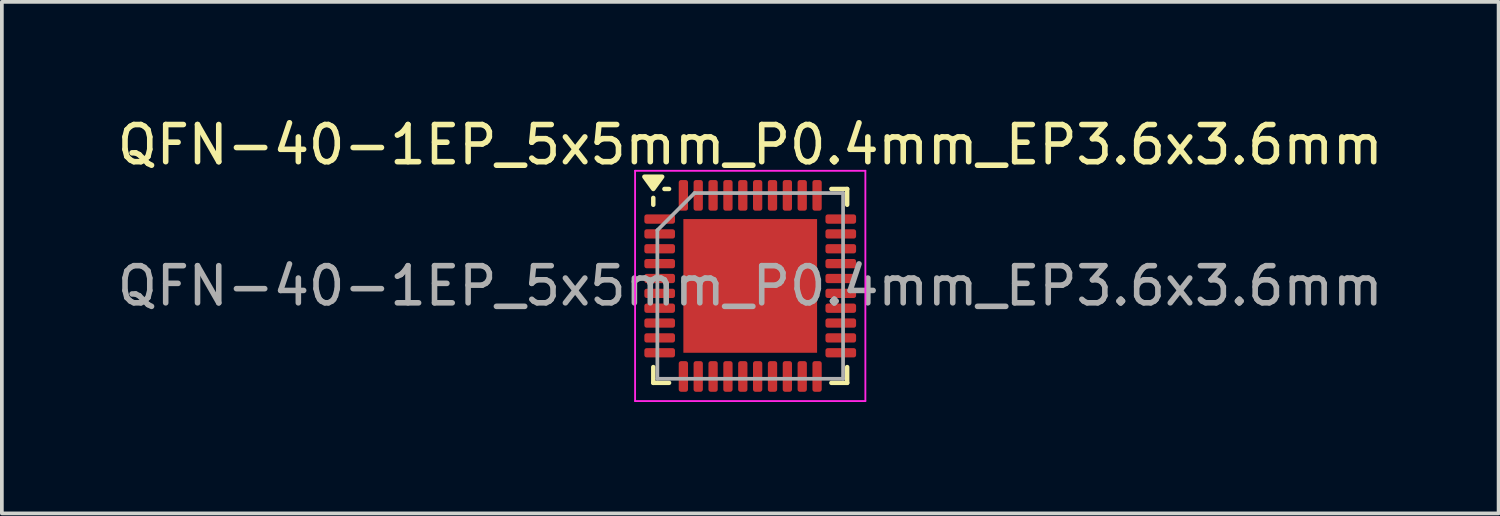
<source format=kicad_pcb>
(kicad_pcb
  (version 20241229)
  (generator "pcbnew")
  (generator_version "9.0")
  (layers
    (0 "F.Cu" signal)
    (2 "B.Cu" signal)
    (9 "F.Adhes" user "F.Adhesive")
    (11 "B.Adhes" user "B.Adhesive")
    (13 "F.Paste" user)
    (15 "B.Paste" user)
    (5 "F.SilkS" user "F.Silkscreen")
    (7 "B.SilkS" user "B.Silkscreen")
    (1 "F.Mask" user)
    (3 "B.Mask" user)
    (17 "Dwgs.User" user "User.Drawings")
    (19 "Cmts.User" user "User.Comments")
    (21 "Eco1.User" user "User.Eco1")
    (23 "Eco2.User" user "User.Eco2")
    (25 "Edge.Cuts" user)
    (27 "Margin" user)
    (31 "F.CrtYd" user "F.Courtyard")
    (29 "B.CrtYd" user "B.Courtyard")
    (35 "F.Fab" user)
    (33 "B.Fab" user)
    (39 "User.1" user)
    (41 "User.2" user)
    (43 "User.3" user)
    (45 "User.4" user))
  (footprint "QFN-40-1EP_5x5mm_P0.4mm_EP3.6x3.6mm"
    (layer "F.Cu")
    (at 17.149 4.648)
    (property "Reference" "QFN-40-1EP_5x5mm_P0.4mm_EP3.6x3.6mm" (at 0 -3.8 0) (layer "F.SilkS") (effects (font (size 1 1) (thickness 0.15))))
    (attr smd)
    (fp_line (start -2.61 -2.185) (end -2.61 -2.37) (stroke (width 0.12) (type solid)) (layer "F.SilkS"))
    (fp_line (start -2.61 2.61) (end -2.61 2.185) (stroke (width 0.12) (type solid)) (layer "F.SilkS"))
    (fp_line (start -2.185 -2.61) (end -2.31 -2.61) (stroke (width 0.12) (type solid)) (layer "F.SilkS"))
    (fp_line (start -2.185 2.61) (end -2.61 2.61) (stroke (width 0.12) (type solid)) (layer "F.SilkS"))
    (fp_line (start 2.185 -2.61) (end 2.61 -2.61) (stroke (width 0.12) (type solid)) (layer "F.SilkS"))
    (fp_line (start 2.185 2.61) (end 2.61 2.61) (stroke (width 0.12) (type solid)) (layer "F.SilkS"))
    (fp_line (start 2.61 -2.61) (end 2.61 -2.185) (stroke (width 0.12) (type solid)) (layer "F.SilkS"))
    (fp_line (start 2.61 2.61) (end 2.61 2.185) (stroke (width 0.12) (type solid)) (layer "F.SilkS"))
    (fp_poly (pts (xy -2.61 -2.61) (xy -2.85 -2.94) (xy -2.37 -2.94) (xy -2.61 -2.61)) (stroke (width 0.12) (type solid)) (fill yes) (layer "F.SilkS"))
    (fp_line (start -3.1 -3.1) (end -3.1 3.1) (stroke (width 0.05) (type solid)) (layer "F.CrtYd"))
    (fp_line (start -3.1 3.1) (end 3.1 3.1) (stroke (width 0.05) (type solid)) (layer "F.CrtYd"))
    (fp_line (start 3.1 -3.1) (end -3.1 -3.1) (stroke (width 0.05) (type solid)) (layer "F.CrtYd"))
    (fp_line (start 3.1 3.1) (end 3.1 -3.1) (stroke (width 0.05) (type solid)) (layer "F.CrtYd"))
    (fp_line (start -2.5 -1.5) (end -1.5 -2.5) (stroke (width 0.1) (type solid)) (layer "F.Fab"))
    (fp_line (start -2.5 2.5) (end -2.5 -1.5) (stroke (width 0.1) (type solid)) (layer "F.Fab"))
    (fp_line (start -1.5 -2.5) (end 2.5 -2.5) (stroke (width 0.1) (type solid)) (layer "F.Fab"))
    (fp_line (start 2.5 -2.5) (end 2.5 2.5) (stroke (width 0.1) (type solid)) (layer "F.Fab"))
    (fp_line (start 2.5 2.5) (end -2.5 2.5) (stroke (width 0.1) (type solid)) (layer "F.Fab"))
    (fp_text user "${REFERENCE}" (at 0 0 0) (layer "F.Fab") (effects (font (size 1 1) (thickness 0.15))))
    (pad "" smd roundrect (at -1.2 -1.2) (size 0.97 0.97) (layers "F.Paste") (roundrect_rratio 0.25))
    (pad "" smd roundrect (at -1.2 0) (size 0.97 0.97) (layers "F.Paste") (roundrect_rratio 0.25))
    (pad "" smd roundrect (at -1.2 1.2) (size 0.97 0.97) (layers "F.Paste") (roundrect_rratio 0.25))
    (pad "" smd roundrect (at 0 -1.2) (size 0.97 0.97) (layers "F.Paste") (roundrect_rratio 0.25))
    (pad "" smd roundrect (at 0 0) (size 0.97 0.97) (layers "F.Paste") (roundrect_rratio 0.25))
    (pad "" smd roundrect (at 0 1.2) (size 0.97 0.97) (layers "F.Paste") (roundrect_rratio 0.25))
    (pad "" smd roundrect (at 1.2 -1.2) (size 0.97 0.97) (layers "F.Paste") (roundrect_rratio 0.25))
    (pad "" smd roundrect (at 1.2 0) (size 0.97 0.97) (layers "F.Paste") (roundrect_rratio 0.25))
    (pad "" smd roundrect (at 1.2 1.2) (size 0.97 0.97) (layers "F.Paste") (roundrect_rratio 0.25))
    (pad "1" smd roundrect (at -2.438 -1.8) (size 0.825 0.25) (layers "F.Cu" "F.Mask" "F.Paste") (roundrect_rratio 0.25))
    (pad "2" smd roundrect (at -2.438 -1.4) (size 0.825 0.25) (layers "F.Cu" "F.Mask" "F.Paste") (roundrect_rratio 0.25))
    (pad "3" smd roundrect (at -2.438 -1) (size 0.825 0.25) (layers "F.Cu" "F.Mask" "F.Paste") (roundrect_rratio 0.25))
    (pad "4" smd roundrect (at -2.438 -0.6) (size 0.825 0.25) (layers "F.Cu" "F.Mask" "F.Paste") (roundrect_rratio 0.25))
    (pad "5" smd roundrect (at -2.438 -0.2) (size 0.825 0.25) (layers "F.Cu" "F.Mask" "F.Paste") (roundrect_rratio 0.25))
    (pad "6" smd roundrect (at -2.438 0.2) (size 0.825 0.25) (layers "F.Cu" "F.Mask" "F.Paste") (roundrect_rratio 0.25))
    (pad "7" smd roundrect (at -2.438 0.6) (size 0.825 0.25) (layers "F.Cu" "F.Mask" "F.Paste") (roundrect_rratio 0.25))
    (pad "8" smd roundrect (at -2.438 1) (size 0.825 0.25) (layers "F.Cu" "F.Mask" "F.Paste") (roundrect_rratio 0.25))
    (pad "9" smd roundrect (at -2.438 1.4) (size 0.825 0.25) (layers "F.Cu" "F.Mask" "F.Paste") (roundrect_rratio 0.25))
    (pad "10" smd roundrect (at -2.438 1.8) (size 0.825 0.25) (layers "F.Cu" "F.Mask" "F.Paste") (roundrect_rratio 0.25))
    (pad "11" smd roundrect (at -1.8 2.438) (size 0.25 0.825) (layers "F.Cu" "F.Mask" "F.Paste") (roundrect_rratio 0.25))
    (pad "12" smd roundrect (at -1.4 2.438) (size 0.25 0.825) (layers "F.Cu" "F.Mask" "F.Paste") (roundrect_rratio 0.25))
    (pad "13" smd roundrect (at -1 2.438) (size 0.25 0.825) (layers "F.Cu" "F.Mask" "F.Paste") (roundrect_rratio 0.25))
    (pad "14" smd roundrect (at -0.6 2.438) (size 0.25 0.825) (layers "F.Cu" "F.Mask" "F.Paste") (roundrect_rratio 0.25))
    (pad "15" smd roundrect (at -0.2 2.438) (size 0.25 0.825) (layers "F.Cu" "F.Mask" "F.Paste") (roundrect_rratio 0.25))
    (pad "16" smd roundrect (at 0.2 2.438) (size 0.25 0.825) (layers "F.Cu" "F.Mask" "F.Paste") (roundrect_rratio 0.25))
    (pad "17" smd roundrect (at 0.6 2.438) (size 0.25 0.825) (layers "F.Cu" "F.Mask" "F.Paste") (roundrect_rratio 0.25))
    (pad "18" smd roundrect (at 1 2.438) (size 0.25 0.825) (layers "F.Cu" "F.Mask" "F.Paste") (roundrect_rratio 0.25))
    (pad "19" smd roundrect (at 1.4 2.438) (size 0.25 0.825) (layers "F.Cu" "F.Mask" "F.Paste") (roundrect_rratio 0.25))
    (pad "20" smd roundrect (at 1.8 2.438) (size 0.25 0.825) (layers "F.Cu" "F.Mask" "F.Paste") (roundrect_rratio 0.25))
    (pad "21" smd roundrect (at 2.438 1.8) (size 0.825 0.25) (layers "F.Cu" "F.Mask" "F.Paste") (roundrect_rratio 0.25))
    (pad "22" smd roundrect (at 2.438 1.4) (size 0.825 0.25) (layers "F.Cu" "F.Mask" "F.Paste") (roundrect_rratio 0.25))
    (pad "23" smd roundrect (at 2.438 1) (size 0.825 0.25) (layers "F.Cu" "F.Mask" "F.Paste") (roundrect_rratio 0.25))
    (pad "24" smd roundrect (at 2.438 0.6) (size 0.825 0.25) (layers "F.Cu" "F.Mask" "F.Paste") (roundrect_rratio 0.25))
    (pad "25" smd roundrect (at 2.438 0.2) (size 0.825 0.25) (layers "F.Cu" "F.Mask" "F.Paste") (roundrect_rratio 0.25))
    (pad "26" smd roundrect (at 2.438 -0.2) (size 0.825 0.25) (layers "F.Cu" "F.Mask" "F.Paste") (roundrect_rratio 0.25))
    (pad "27" smd roundrect (at 2.438 -0.6) (size 0.825 0.25) (layers "F.Cu" "F.Mask" "F.Paste") (roundrect_rratio 0.25))
    (pad "28" smd roundrect (at 2.438 -1) (size 0.825 0.25) (layers "F.Cu" "F.Mask" "F.Paste") (roundrect_rratio 0.25))
    (pad "29" smd roundrect (at 2.438 -1.4) (size 0.825 0.25) (layers "F.Cu" "F.Mask" "F.Paste") (roundrect_rratio 0.25))
    (pad "30" smd roundrect (at 2.438 -1.8) (size 0.825 0.25) (layers "F.Cu" "F.Mask" "F.Paste") (roundrect_rratio 0.25))
    (pad "31" smd roundrect (at 1.8 -2.438) (size 0.25 0.825) (layers "F.Cu" "F.Mask" "F.Paste") (roundrect_rratio 0.25))
    (pad "32" smd roundrect (at 1.4 -2.438) (size 0.25 0.825) (layers "F.Cu" "F.Mask" "F.Paste") (roundrect_rratio 0.25))
    (pad "33" smd roundrect (at 1 -2.438) (size 0.25 0.825) (layers "F.Cu" "F.Mask" "F.Paste") (roundrect_rratio 0.25))
    (pad "34" smd roundrect (at 0.6 -2.438) (size 0.25 0.825) (layers "F.Cu" "F.Mask" "F.Paste") (roundrect_rratio 0.25))
    (pad "35" smd roundrect (at 0.2 -2.438) (size 0.25 0.825) (layers "F.Cu" "F.Mask" "F.Paste") (roundrect_rratio 0.25))
    (pad "36" smd roundrect (at -0.2 -2.438) (size 0.25 0.825) (layers "F.Cu" "F.Mask" "F.Paste") (roundrect_rratio 0.25))
    (pad "37" smd roundrect (at -0.6 -2.438) (size 0.25 0.825) (layers "F.Cu" "F.Mask" "F.Paste") (roundrect_rratio 0.25))
    (pad "38" smd roundrect (at -1 -2.438) (size 0.25 0.825) (layers "F.Cu" "F.Mask" "F.Paste") (roundrect_rratio 0.25))
    (pad "39" smd roundrect (at -1.4 -2.438) (size 0.25 0.825) (layers "F.Cu" "F.Mask" "F.Paste") (roundrect_rratio 0.25))
    (pad "40" smd roundrect (at -1.8 -2.438) (size 0.25 0.825) (layers "F.Cu" "F.Mask" "F.Paste") (roundrect_rratio 0.25))
    (pad "41" smd rect (at 0 0) (size 3.6 3.6) (property pad_prop_heatsink) (layers "F.Cu" "F.Mask")))
  (gr_rect
    (start -3 -3)
    (end 37.298 10.773)
    (stroke (width 0.1) (type default))
    (fill no)
    (layer "Edge.Cuts")))
</source>
